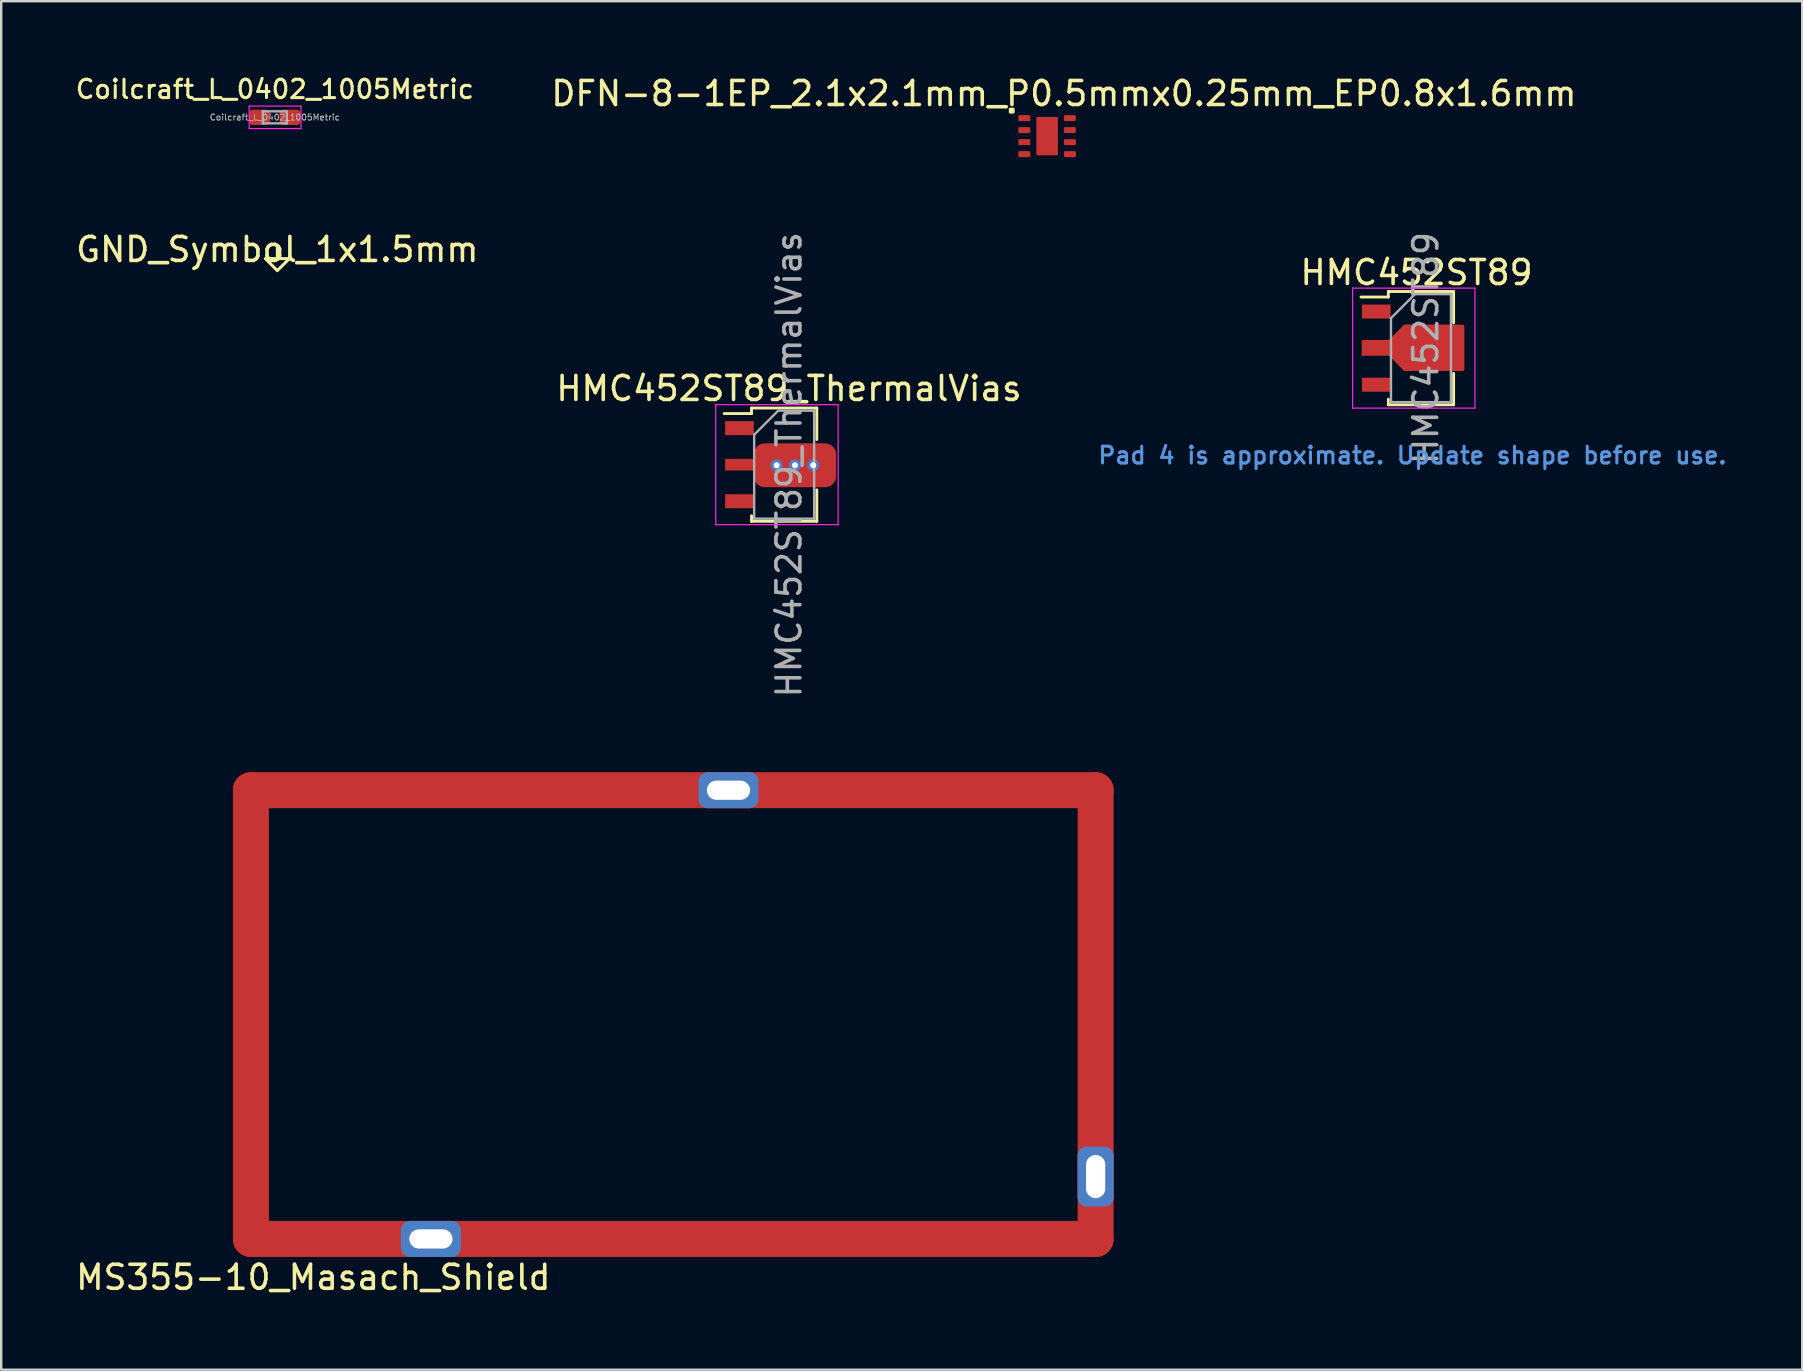
<source format=kicad_pcb>
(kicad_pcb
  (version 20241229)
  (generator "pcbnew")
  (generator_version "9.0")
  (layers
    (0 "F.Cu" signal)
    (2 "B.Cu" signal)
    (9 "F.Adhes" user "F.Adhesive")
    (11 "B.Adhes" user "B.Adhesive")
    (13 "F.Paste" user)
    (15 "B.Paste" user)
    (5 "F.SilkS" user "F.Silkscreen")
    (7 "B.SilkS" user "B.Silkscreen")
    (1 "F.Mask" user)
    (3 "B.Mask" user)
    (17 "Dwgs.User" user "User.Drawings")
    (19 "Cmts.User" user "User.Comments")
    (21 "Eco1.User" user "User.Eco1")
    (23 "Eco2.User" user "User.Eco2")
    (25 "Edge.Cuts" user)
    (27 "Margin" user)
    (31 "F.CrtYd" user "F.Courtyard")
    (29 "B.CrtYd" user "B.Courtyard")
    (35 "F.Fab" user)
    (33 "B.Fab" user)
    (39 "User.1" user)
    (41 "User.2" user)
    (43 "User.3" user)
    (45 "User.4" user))
  (footprint "HMC452ST89_ThermalVias"
    (layer "F.Cu")
    (at 29.827 16.314)
    (property "Reference" "HMC452ST89_ThermalVias" (at 0 -3.175 0) (unlocked yes) (layer "F.SilkS") (effects (font (size 1 1) (thickness 0.15))))
    (attr smd)
    (fp_line (start -2.7 -2.13) (end -1.56 -2.13) (stroke (width 0.12) (type solid)) (layer "F.SilkS"))
    (fp_line (start -1.56 -2.36) (end -1.56 -2.13) (stroke (width 0.12) (type solid)) (layer "F.SilkS"))
    (fp_line (start -1.56 -2.36) (end 1.16 -2.36) (stroke (width 0.12) (type solid)) (layer "F.SilkS"))
    (fp_line (start -1.56 2.36) (end -1.56 2.13) (stroke (width 0.12) (type solid)) (layer "F.SilkS"))
    (fp_line (start 1.16 -2.36) (end 1.16 -1.05) (stroke (width 0.12) (type solid)) (layer "F.SilkS"))
    (fp_line (start 1.16 1.05) (end 1.16 2.36) (stroke (width 0.12) (type solid)) (layer "F.SilkS"))
    (fp_line (start 1.16 2.36) (end -1.56 2.36) (stroke (width 0.12) (type solid)) (layer "F.SilkS"))
    (fp_line (start -3.05 2.5) (end -3.05 -2.5) (stroke (width 0.05) (type solid)) (layer "F.CrtYd"))
    (fp_line (start -3.05 2.5) (end 2.05 2.5) (stroke (width 0.05) (type solid)) (layer "F.CrtYd"))
    (fp_line (start 2.05 -2.5) (end -3.05 -2.5) (stroke (width 0.05) (type solid)) (layer "F.CrtYd"))
    (fp_line (start 2.05 -2.5) (end 2.05 2.5) (stroke (width 0.05) (type solid)) (layer "F.CrtYd"))
    (fp_line (start -1.45 -1.25) (end -0.45 -2.25) (stroke (width 0.1) (type solid)) (layer "F.Fab"))
    (fp_line (start -1.45 2.25) (end -1.45 -1.25) (stroke (width 0.1) (type solid)) (layer "F.Fab"))
    (fp_line (start -0.45 -2.25) (end 1.05 -2.25) (stroke (width 0.1) (type solid)) (layer "F.Fab"))
    (fp_line (start 1.05 -2.25) (end 1.05 2.25) (stroke (width 0.1) (type solid)) (layer "F.Fab"))
    (fp_line (start 1.05 2.25) (end -1.45 2.25) (stroke (width 0.1) (type solid)) (layer "F.Fab"))
    (fp_text user "${REFERENCE}" (at 0 0 90) (layer "F.Fab") (effects (font (size 1 1) (thickness 0.15))))
    (pad "" thru_hole circle (at -0.513 0.025 270) (size 0.5 0.5) (drill 0.254) (layers "*.Cu"))
    (pad "" thru_hole circle (at 0.249 0.025 270) (size 0.5 0.5) (drill 0.254) (layers "*.Cu"))
    (pad "" thru_hole circle (at 1.011 0.025 270) (size 0.5 0.5) (drill 0.254) (layers "*.Cu"))
    (pad "1" smd rect (at -2.062 -1.524) (size 1.194 0.584) (layers "F.Cu" "F.Mask" "F.Paste"))
    (pad "2" smd rect (at -2.062 0) (size 1.194 0.483) (layers "F.Cu" "F.Mask" "F.Paste"))
    (pad "3" smd rect (at -2.062 1.524) (size 1.194 0.584) (layers "F.Cu" "F.Mask" "F.Paste"))
    (pad "4" smd roundrect (at 0.249 0.025) (size 3.429 1.829) (layers "F.Cu" "F.Mask" "F.Paste") (roundrect_rratio 0.25)))
  (footprint "DFN-8-1EP_2.1x2.1mm_P0.5mmx0.25mm_EP0.8x1.6mm"
    (layer "F.Cu")
    (at 39.635 1.873)
    (property "Reference" "DFN-8-1EP_2.1x2.1mm_P0.5mmx0.25mm_EP0.8x1.6mm" (at 1.65 -1.025 0) (unlocked yes) (layer "F.SilkS") (effects (font (size 1 1) (thickness 0.15))))
    (attr smd)
    (fp_rect (start -0.588 -0.375) (end -0.463 -0.25) (stroke (width 0.12) (type solid)) (fill no) (layer "F.SilkS"))
    (fp_rect (start 0.55 0) (end 1.35 0.6) (stroke (width 0.1) (type solid)) (fill yes) (layer "F.Paste"))
    (fp_rect (start 0.55 0.9) (end 1.35 1.5) (stroke (width 0.1) (type solid)) (fill yes) (layer "F.Paste"))
    (pad "1" smd roundrect (at 0 0) (size 0.5 0.25) (layers "F.Cu" "F.Mask" "F.Paste") (roundrect_rratio 0.2))
    (pad "2" smd roundrect (at 0 0.5) (size 0.5 0.25) (layers "F.Cu" "F.Mask" "F.Paste") (roundrect_rratio 0.2))
    (pad "3" smd roundrect (at 0 1) (size 0.5 0.25) (layers "F.Cu" "F.Mask" "F.Paste") (roundrect_rratio 0.2))
    (pad "4" smd roundrect (at 0 1.5) (size 0.5 0.25) (layers "F.Cu" "F.Mask" "F.Paste") (roundrect_rratio 0.2))
    (pad "5" smd roundrect (at 1.9 1.5) (size 0.5 0.25) (layers "F.Cu" "F.Mask" "F.Paste") (roundrect_rratio 0.2))
    (pad "6" smd roundrect (at 1.9 1) (size 0.5 0.25) (layers "F.Cu" "F.Mask" "F.Paste") (roundrect_rratio 0.2))
    (pad "7" smd roundrect (at 1.895 0.496) (size 0.5 0.25) (layers "F.Cu" "F.Mask" "F.Paste") (roundrect_rratio 0.2))
    (pad "8" smd roundrect (at 1.895 0) (size 0.5 0.25) (layers "F.Cu" "F.Mask" "F.Paste") (roundrect_rratio 0.2))
    (pad "9" smd roundrect (at 0.95 0.75) (size 0.9 1.6) (layers "F.Cu" "F.Mask") (roundrect_rratio 0.056)))
  (footprint "HMC452ST89"
    (layer "F.Cu")
    (at 55.978 11.482)
    (property "Reference" "HMC452ST89" (at 0 -3.175 0) (unlocked yes) (layer "F.SilkS") (effects (font (size 1 1) (thickness 0.15))))
    (attr smd)
    (fp_line (start -2.221 -0.3) (end -2.221 0.229) (stroke (width 0.127) (type solid)) (layer "F.Cu"))
    (fp_line (start -2.221 0.229) (end -1.092 0.229) (stroke (width 0.127) (type solid)) (layer "F.Cu"))
    (fp_line (start -1.092 -0.3) (end -2.221 -0.3) (stroke (width 0.127) (type solid)) (layer "F.Cu"))
    (fp_line (start -1.092 0.229) (end -0.485 0.862) (stroke (width 0.127) (type solid)) (layer "F.Cu"))
    (fp_line (start -0.75 -0.659) (end -1.092 -0.3) (stroke (width 0.127) (type solid)) (layer "F.Cu"))
    (fp_line (start -0.485 0.862) (end 1.662 0.862) (stroke (width 0.127) (type solid)) (layer "F.Cu"))
    (fp_line (start -0.485 -0.935) (end -0.75 -0.659) (stroke (width 0.127) (type solid)) (layer "F.Cu"))
    (fp_line (start 1.662 0.862) (end 1.711 0.857) (stroke (width 0.127) (type solid)) (layer "F.Cu"))
    (fp_line (start 1.662 -0.935) (end -0.485 -0.935) (stroke (width 0.127) (type solid)) (layer "F.Cu"))
    (fp_line (start 1.711 -0.93) (end 1.662 -0.935) (stroke (width 0.127) (type solid)) (layer "F.Cu"))
    (fp_line (start 1.911 0.648) (end 1.915 0.597) (stroke (width 0.127) (type solid)) (layer "F.Cu"))
    (fp_line (start 1.915 0.597) (end 1.915 -0.671) (stroke (width 0.127) (type solid)) (layer "F.Cu"))
    (fp_poly (pts (xy 1.93 0.864) (xy -0.483 0.864) (xy -1.092 0.254) (xy -1.092 -0.33) (xy -0.483 -0.94) (xy 1.93 -0.94)) (stroke (width 0.127) (type solid)) (fill yes) (layer "F.Cu"))
    (fp_curve (pts (xy 1.711 0.857) (xy 1.743 0.846) (xy 1.776 0.835) (xy 1.804 0.817)) (stroke (width 0.127) (type solid)) (layer "F.Cu"))
    (fp_curve (pts (xy 1.804 0.817) (xy 1.831 0.799) (xy 1.854 0.773) (xy 1.871 0.745)) (stroke (width 0.127) (type solid)) (layer "F.Cu"))
    (fp_curve (pts (xy 1.816 -0.88) (xy 1.785 -0.903) (xy 1.748 -0.917) (xy 1.711 -0.93)) (stroke (width 0.127) (type solid)) (layer "F.Cu"))
    (fp_curve (pts (xy 1.871 0.745) (xy 1.889 0.715) (xy 1.9 0.682) (xy 1.911 0.648)) (stroke (width 0.127) (type solid)) (layer "F.Cu"))
    (fp_curve (pts (xy 1.888 -0.788) (xy 1.873 -0.824) (xy 1.848 -0.857) (xy 1.816 -0.88)) (stroke (width 0.127) (type solid)) (layer "F.Cu"))
    (fp_curve (pts (xy 1.915 -0.671) (xy 1.91 -0.711) (xy 1.904 -0.751) (xy 1.888 -0.788)) (stroke (width 0.127) (type solid)) (layer "F.Cu"))
    (fp_line (start -2.314 -2.155) (end -1.174 -2.155) (stroke (width 0.12) (type solid)) (layer "F.SilkS"))
    (fp_line (start -1.174 -2.385) (end -1.174 -2.155) (stroke (width 0.12) (type solid)) (layer "F.SilkS"))
    (fp_line (start -1.174 -2.385) (end 1.546 -2.385) (stroke (width 0.12) (type solid)) (layer "F.SilkS"))
    (fp_line (start -1.174 2.335) (end -1.174 2.105) (stroke (width 0.12) (type solid)) (layer "F.SilkS"))
    (fp_line (start 1.546 -2.385) (end 1.546 -1.075) (stroke (width 0.12) (type solid)) (layer "F.SilkS"))
    (fp_line (start 1.546 1.025) (end 1.546 2.335) (stroke (width 0.12) (type solid)) (layer "F.SilkS"))
    (fp_line (start 1.546 2.335) (end -1.174 2.335) (stroke (width 0.12) (type solid)) (layer "F.SilkS"))
    (fp_line (start -2.664 2.475) (end -2.664 -2.525) (stroke (width 0.05) (type solid)) (layer "F.CrtYd"))
    (fp_line (start -2.664 2.475) (end 2.436 2.475) (stroke (width 0.05) (type solid)) (layer "F.CrtYd"))
    (fp_line (start 2.436 -2.525) (end -2.664 -2.525) (stroke (width 0.05) (type solid)) (layer "F.CrtYd"))
    (fp_line (start 2.436 -2.525) (end 2.436 2.475) (stroke (width 0.05) (type solid)) (layer "F.CrtYd"))
    (fp_line (start -1.064 -1.275) (end -0.064 -2.275) (stroke (width 0.1) (type solid)) (layer "F.Fab"))
    (fp_line (start -1.064 2.225) (end -1.064 -1.275) (stroke (width 0.1) (type solid)) (layer "F.Fab"))
    (fp_line (start -0.064 -2.275) (end 1.436 -2.275) (stroke (width 0.1) (type solid)) (layer "F.Fab"))
    (fp_line (start 1.436 -2.275) (end 1.436 2.225) (stroke (width 0.1) (type solid)) (layer "F.Fab"))
    (fp_line (start 1.436 2.225) (end -1.064 2.225) (stroke (width 0.1) (type solid)) (layer "F.Fab"))
    (fp_text user "Pad 4 is approximate. Update shape before use." (at -13.335 4.445 0) (unlocked yes) (layer "Cmts.User") (effects (font (size 0.7 0.7) (thickness 0.127)) (justify left)))
    (fp_text user "${REFERENCE}" (at 0.386 -0.025 90) (layer "F.Fab") (effects (font (size 1 1) (thickness 0.15))))
    (pad "1" smd rect (at -1.676 -1.549) (size 1.194 0.584) (layers "F.Cu" "F.Mask" "F.Paste"))
    (pad "2" smd rect (at -1.676 -0.025) (size 1.194 0.483) (layers "F.Cu" "F.Mask" "F.Paste"))
    (pad "3" smd rect (at -1.676 1.499) (size 1.194 0.584) (layers "F.Cu" "F.Mask" "F.Paste")))
  (footprint "MS355-10_Masach_Shield"
    (layer "F.Cu")
    (at 7.406 48.579)
    (property "Reference" "MS355-10_Masach_Shield" (at 2.6 1.6 0) (unlocked yes) (layer "F.SilkS") (effects (font (size 1 1) (thickness 0.15))))
    (attr smd)
    (fp_line (start 0 -18.7) (end 35.2 -18.7) (stroke (width 1.5) (type solid)) (layer "F.Cu"))
    (fp_line (start 0 0) (end 0 -18.7) (stroke (width 1.5) (type solid)) (layer "F.Cu"))
    (fp_line (start 35.2 -18.7) (end 35.2 0) (stroke (width 1.5) (type solid)) (layer "F.Cu"))
    (fp_line (start 35.2 0) (end 0 0) (stroke (width 1.5) (type solid)) (layer "F.Cu"))
    (fp_line (start 0 -18.7) (end 35.2 -18.7) (stroke (width 1.5) (type solid)) (layer "F.Mask"))
    (fp_line (start 0 0) (end 0 -18.7) (stroke (width 1.5) (type solid)) (layer "F.Mask"))
    (fp_line (start 35.2 -18.7) (end 35.2 0) (stroke (width 1.5) (type solid)) (layer "F.Mask"))
    (fp_line (start 35.2 0) (end 0 0) (stroke (width 1.5) (type solid)) (layer "F.Mask"))
    (pad "1" thru_hole roundrect (at 7.5 0) (size 2.5 1.5) (drill oval 1.8 0.8) (layers "*.Cu" "*.Mask") (roundrect_rratio 0.25))
    (pad "1" thru_hole roundrect (at 19.9 -18.7) (size 2.5 1.5) (drill oval 1.8 0.8) (layers "*.Cu" "*.Mask") (roundrect_rratio 0.25))
    (pad "1" thru_hole roundrect (at 35.2 -2.6 90) (size 2.5 1.5) (drill oval 1.8 0.8) (layers "*.Cu" "*.Mask") (roundrect_rratio 0.25)))
  (footprint "Coilcraft_L_0402_1005Metric"
    (layer "F.Cu")
    (at 8.401 1.84)
    (property "Reference" "Coilcraft_L_0402_1005Metric" (at 0 -1.17 0) (layer "F.SilkS") (effects (font (size 0.765 0.765) (thickness 0.127) (bold yes))))
    (attr smd)
    (fp_line (start -1.067 -0.47) (end 1.092 -0.47) (stroke (width 0.05) (type solid)) (layer "F.CrtYd"))
    (fp_line (start -1.067 0.47) (end -1.067 -0.47) (stroke (width 0.05) (type solid)) (layer "F.CrtYd"))
    (fp_line (start 1.092 -0.47) (end 1.092 0.47) (stroke (width 0.05) (type solid)) (layer "F.CrtYd"))
    (fp_line (start 1.092 0.47) (end -1.067 0.47) (stroke (width 0.05) (type solid)) (layer "F.CrtYd"))
    (fp_line (start -0.5 -0.25) (end 0.5 -0.25) (stroke (width 0.1) (type solid)) (layer "F.Fab"))
    (fp_line (start -0.5 0.25) (end -0.5 -0.25) (stroke (width 0.1) (type solid)) (layer "F.Fab"))
    (fp_line (start 0.5 -0.25) (end 0.5 0.25) (stroke (width 0.1) (type solid)) (layer "F.Fab"))
    (fp_line (start 0.5 0.25) (end -0.5 0.25) (stroke (width 0.1) (type solid)) (layer "F.Fab"))
    (fp_text user "${REFERENCE}" (at 0 0 0) (layer "F.Fab") (effects (font (size 0.25 0.25) (thickness 0.04))))
    (pad "1" smd roundrect (at -0.635 0) (size 0.885 0.64) (layers "F.Cu" "F.Mask" "F.Paste") (roundrect_rratio 0.25))
    (pad "2" smd roundrect (at 0.635 0) (size 0.885 0.64) (layers "F.Cu" "F.Mask" "F.Paste") (roundrect_rratio 0.25)))
  (footprint "GND_Symbol_1x1.5mm"
    (layer "F.Cu")
    (at 8.506 7.846)
    (property "Reference" "GND_Symbol_1x1.5mm" (at 0 -0.5 0) (unlocked yes) (layer "F.SilkS") (effects (font (size 1 1) (thickness 0.15))))
    (attr smd)
    (fp_line (start 0.002 -0.119) (end 0.002 -0.619) (stroke (width 0.127) (type solid)) (layer "F.SilkS"))
    (fp_poly (pts (xy 0 0.381) (xy -0.5 -0.119) (xy 0.5 -0.119)) (stroke (width 0.127) (type solid)) (fill no) (layer "F.SilkS")))
  (gr_rect
    (start -3 -3)
    (end 72.051 54.027)
    (stroke (width 0.1) (type default))
    (fill no)
    (layer "Edge.Cuts")))
</source>
